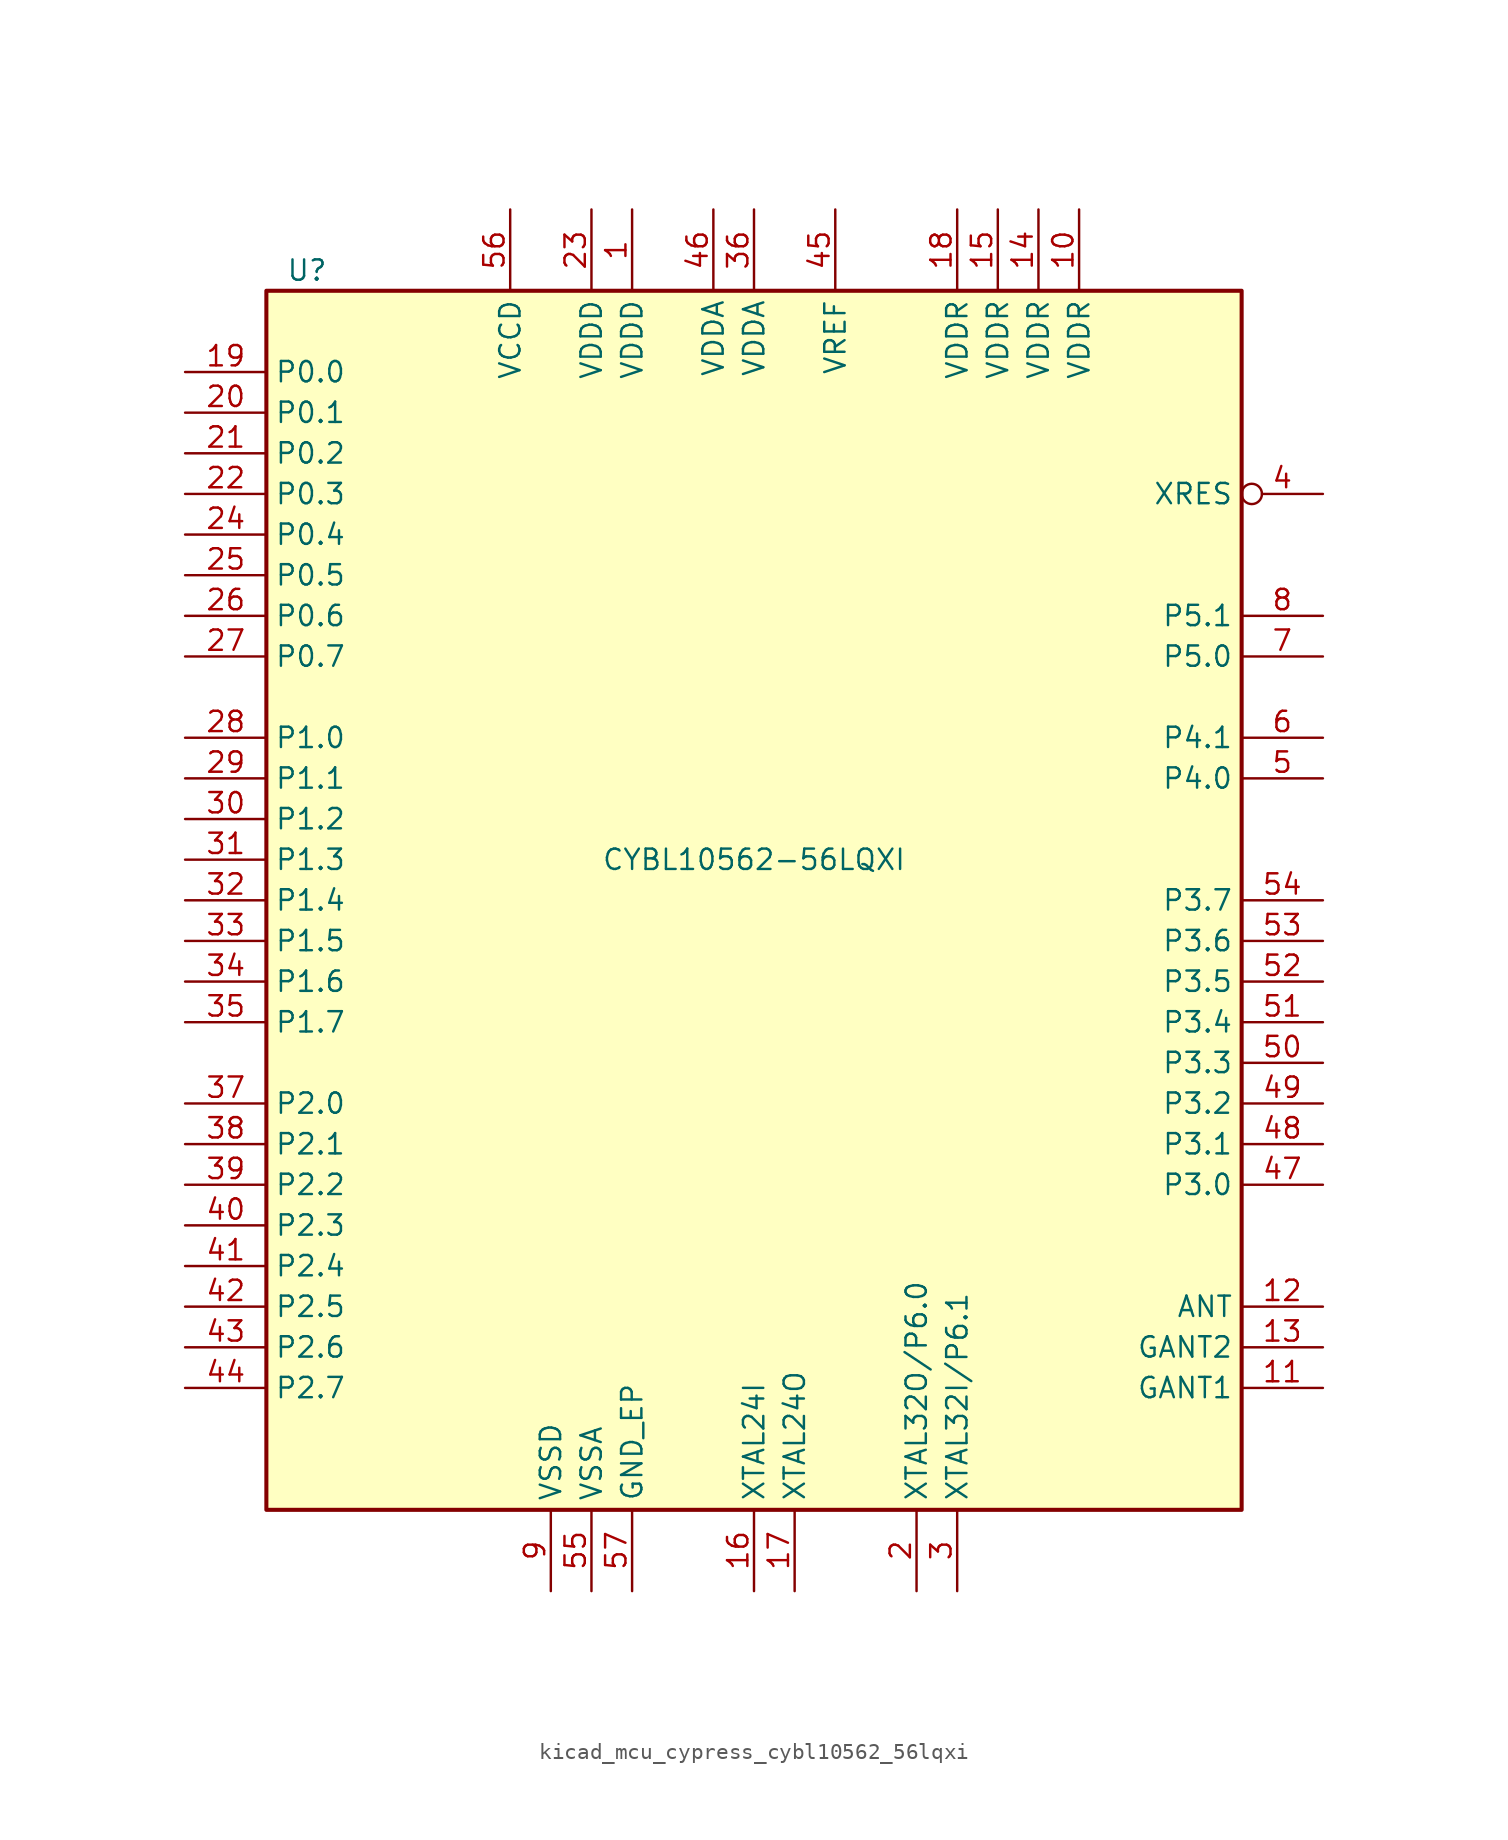
<source format=kicad_sym>
(kicad_symbol_lib
  (version 20220914)
  (generator kicad_symbol_editor)
  (symbol "kicad_mcu_cypress_cybl10562_56lqxi"
    (property "Reference" "U"
      (at -27.94 39.37 0)
      (effects (font (size 1.27 1.27))))
    (property "Value" "CYBL10562-56LQXI"
      (at 0 2.54 0)
      (effects (font (size 1.27 1.27))))
    (symbol "kicad_mcu_cypress_cybl10562_56lqxi_1_0"
      (rectangle (start -30.48 -38.1) (end 30.48 38.1) (stroke (width 0.254) (type default)) (fill (type background))))
    (symbol "kicad_mcu_cypress_cybl10562_56lqxi_1_1"
      (pin power_in line (at -7.62 43.18 270) (length 5.08) (name "VDDD" (effects (font (size 1.27 1.27)))) (number "1" (effects (font (size 1.27 1.27)))))
      (pin power_in line (at 20.32 43.18 270) (length 5.08) (name "VDDR" (effects (font (size 1.27 1.27)))) (number "10" (effects (font (size 1.27 1.27)))))
      (pin power_in line (at 35.56 -30.48 180) (length 5.08) (name "GANT1" (effects (font (size 1.27 1.27)))) (number "11" (effects (font (size 1.27 1.27)))))
      (pin output line (at 35.56 -25.4 180) (length 5.08) (name "ANT" (effects (font (size 1.27 1.27)))) (number "12" (effects (font (size 1.27 1.27)))))
      (pin power_in line (at 35.56 -27.94 180) (length 5.08) (name "GANT2" (effects (font (size 1.27 1.27)))) (number "13" (effects (font (size 1.27 1.27)))))
      (pin power_in line (at 17.78 43.18 270) (length 5.08) (name "VDDR" (effects (font (size 1.27 1.27)))) (number "14" (effects (font (size 1.27 1.27)))))
      (pin power_in line (at 15.24 43.18 270) (length 5.08) (name "VDDR" (effects (font (size 1.27 1.27)))) (number "15" (effects (font (size 1.27 1.27)))))
      (pin input line (at 0 -43.18 90) (length 5.08) (name "XTAL24I" (effects (font (size 1.27 1.27)))) (number "16" (effects (font (size 1.27 1.27)))))
      (pin output line (at 2.54 -43.18 90) (length 5.08) (name "XTAL24O" (effects (font (size 1.27 1.27)))) (number "17" (effects (font (size 1.27 1.27)))))
      (pin power_in line (at 12.7 43.18 270) (length 5.08) (name "VDDR" (effects (font (size 1.27 1.27)))) (number "18" (effects (font (size 1.27 1.27)))))
      (pin bidirectional line (at -35.56 33.02 0) (length 5.08) (name "P0.0" (effects (font (size 1.27 1.27)))) (number "19" (effects (font (size 1.27 1.27)))))
      (pin bidirectional line (at 10.16 -43.18 90) (length 5.08) (name "XTAL32O/P6.0" (effects (font (size 1.27 1.27)))) (number "2" (effects (font (size 1.27 1.27)))))
      (pin bidirectional line (at -35.56 30.48 0) (length 5.08) (name "P0.1" (effects (font (size 1.27 1.27)))) (number "20" (effects (font (size 1.27 1.27)))))
      (pin bidirectional line (at -35.56 27.94 0) (length 5.08) (name "P0.2" (effects (font (size 1.27 1.27)))) (number "21" (effects (font (size 1.27 1.27)))))
      (pin bidirectional line (at -35.56 25.4 0) (length 5.08) (name "P0.3" (effects (font (size 1.27 1.27)))) (number "22" (effects (font (size 1.27 1.27)))))
      (pin power_in line (at -10.16 43.18 270) (length 5.08) (name "VDDD" (effects (font (size 1.27 1.27)))) (number "23" (effects (font (size 1.27 1.27)))))
      (pin bidirectional line (at -35.56 22.86 0) (length 5.08) (name "P0.4" (effects (font (size 1.27 1.27)))) (number "24" (effects (font (size 1.27 1.27)))))
      (pin bidirectional line (at -35.56 20.32 0) (length 5.08) (name "P0.5" (effects (font (size 1.27 1.27)))) (number "25" (effects (font (size 1.27 1.27)))))
      (pin bidirectional line (at -35.56 17.78 0) (length 5.08) (name "P0.6" (effects (font (size 1.27 1.27)))) (number "26" (effects (font (size 1.27 1.27)))))
      (pin bidirectional line (at -35.56 15.24 0) (length 5.08) (name "P0.7" (effects (font (size 1.27 1.27)))) (number "27" (effects (font (size 1.27 1.27)))))
      (pin bidirectional line (at -35.56 10.16 0) (length 5.08) (name "P1.0" (effects (font (size 1.27 1.27)))) (number "28" (effects (font (size 1.27 1.27)))))
      (pin bidirectional line (at -35.56 7.62 0) (length 5.08) (name "P1.1" (effects (font (size 1.27 1.27)))) (number "29" (effects (font (size 1.27 1.27)))))
      (pin bidirectional line (at 12.7 -43.18 90) (length 5.08) (name "XTAL32I/P6.1" (effects (font (size 1.27 1.27)))) (number "3" (effects (font (size 1.27 1.27)))))
      (pin bidirectional line (at -35.56 5.08 0) (length 5.08) (name "P1.2" (effects (font (size 1.27 1.27)))) (number "30" (effects (font (size 1.27 1.27)))))
      (pin bidirectional line (at -35.56 2.54 0) (length 5.08) (name "P1.3" (effects (font (size 1.27 1.27)))) (number "31" (effects (font (size 1.27 1.27)))))
      (pin bidirectional line (at -35.56 0 0) (length 5.08) (name "P1.4" (effects (font (size 1.27 1.27)))) (number "32" (effects (font (size 1.27 1.27)))))
      (pin bidirectional line (at -35.56 -2.54 0) (length 5.08) (name "P1.5" (effects (font (size 1.27 1.27)))) (number "33" (effects (font (size 1.27 1.27)))))
      (pin bidirectional line (at -35.56 -5.08 0) (length 5.08) (name "P1.6" (effects (font (size 1.27 1.27)))) (number "34" (effects (font (size 1.27 1.27)))))
      (pin bidirectional line (at -35.56 -7.62 0) (length 5.08) (name "P1.7" (effects (font (size 1.27 1.27)))) (number "35" (effects (font (size 1.27 1.27)))))
      (pin power_in line (at 0 43.18 270) (length 5.08) (name "VDDA" (effects (font (size 1.27 1.27)))) (number "36" (effects (font (size 1.27 1.27)))))
      (pin bidirectional line (at -35.56 -12.7 0) (length 5.08) (name "P2.0" (effects (font (size 1.27 1.27)))) (number "37" (effects (font (size 1.27 1.27)))))
      (pin bidirectional line (at -35.56 -15.24 0) (length 5.08) (name "P2.1" (effects (font (size 1.27 1.27)))) (number "38" (effects (font (size 1.27 1.27)))))
      (pin bidirectional line (at -35.56 -17.78 0) (length 5.08) (name "P2.2" (effects (font (size 1.27 1.27)))) (number "39" (effects (font (size 1.27 1.27)))))
      (pin input inverted (at 35.56 25.4 180) (length 5.08) (name "XRES" (effects (font (size 1.27 1.27)))) (number "4" (effects (font (size 1.27 1.27)))))
      (pin bidirectional line (at -35.56 -20.32 0) (length 5.08) (name "P2.3" (effects (font (size 1.27 1.27)))) (number "40" (effects (font (size 1.27 1.27)))))
      (pin bidirectional line (at -35.56 -22.86 0) (length 5.08) (name "P2.4" (effects (font (size 1.27 1.27)))) (number "41" (effects (font (size 1.27 1.27)))))
      (pin bidirectional line (at -35.56 -25.4 0) (length 5.08) (name "P2.5" (effects (font (size 1.27 1.27)))) (number "42" (effects (font (size 1.27 1.27)))))
      (pin bidirectional line (at -35.56 -27.94 0) (length 5.08) (name "P2.6" (effects (font (size 1.27 1.27)))) (number "43" (effects (font (size 1.27 1.27)))))
      (pin bidirectional line (at -35.56 -30.48 0) (length 5.08) (name "P2.7" (effects (font (size 1.27 1.27)))) (number "44" (effects (font (size 1.27 1.27)))))
      (pin passive line (at 5.08 43.18 270) (length 5.08) (name "VREF" (effects (font (size 1.27 1.27)))) (number "45" (effects (font (size 1.27 1.27)))))
      (pin power_in line (at -2.54 43.18 270) (length 5.08) (name "VDDA" (effects (font (size 1.27 1.27)))) (number "46" (effects (font (size 1.27 1.27)))))
      (pin bidirectional line (at 35.56 -17.78 180) (length 5.08) (name "P3.0" (effects (font (size 1.27 1.27)))) (number "47" (effects (font (size 1.27 1.27)))))
      (pin bidirectional line (at 35.56 -15.24 180) (length 5.08) (name "P3.1" (effects (font (size 1.27 1.27)))) (number "48" (effects (font (size 1.27 1.27)))))
      (pin bidirectional line (at 35.56 -12.7 180) (length 5.08) (name "P3.2" (effects (font (size 1.27 1.27)))) (number "49" (effects (font (size 1.27 1.27)))))
      (pin bidirectional line (at 35.56 7.62 180) (length 5.08) (name "P4.0" (effects (font (size 1.27 1.27)))) (number "5" (effects (font (size 1.27 1.27)))))
      (pin bidirectional line (at 35.56 -10.16 180) (length 5.08) (name "P3.3" (effects (font (size 1.27 1.27)))) (number "50" (effects (font (size 1.27 1.27)))))
      (pin bidirectional line (at 35.56 -7.62 180) (length 5.08) (name "P3.4" (effects (font (size 1.27 1.27)))) (number "51" (effects (font (size 1.27 1.27)))))
      (pin bidirectional line (at 35.56 -5.08 180) (length 5.08) (name "P3.5" (effects (font (size 1.27 1.27)))) (number "52" (effects (font (size 1.27 1.27)))))
      (pin bidirectional line (at 35.56 -2.54 180) (length 5.08) (name "P3.6" (effects (font (size 1.27 1.27)))) (number "53" (effects (font (size 1.27 1.27)))))
      (pin bidirectional line (at 35.56 0 180) (length 5.08) (name "P3.7" (effects (font (size 1.27 1.27)))) (number "54" (effects (font (size 1.27 1.27)))))
      (pin power_in line (at -10.16 -43.18 90) (length 5.08) (name "VSSA" (effects (font (size 1.27 1.27)))) (number "55" (effects (font (size 1.27 1.27)))))
      (pin power_out line (at -15.24 43.18 270) (length 5.08) (name "VCCD" (effects (font (size 1.27 1.27)))) (number "56" (effects (font (size 1.27 1.27)))))
      (pin power_in line (at -7.62 -43.18 90) (length 5.08) (name "GND_EP" (effects (font (size 1.27 1.27)))) (number "57" (effects (font (size 1.27 1.27)))))
      (pin bidirectional line (at 35.56 10.16 180) (length 5.08) (name "P4.1" (effects (font (size 1.27 1.27)))) (number "6" (effects (font (size 1.27 1.27)))))
      (pin bidirectional line (at 35.56 15.24 180) (length 5.08) (name "P5.0" (effects (font (size 1.27 1.27)))) (number "7" (effects (font (size 1.27 1.27)))))
      (pin bidirectional line (at 35.56 17.78 180) (length 5.08) (name "P5.1" (effects (font (size 1.27 1.27)))) (number "8" (effects (font (size 1.27 1.27)))))
      (pin power_in line (at -12.7 -43.18 90) (length 5.08) (name "VSSD" (effects (font (size 1.27 1.27)))) (number "9" (effects (font (size 1.27 1.27))))))))
</source>
